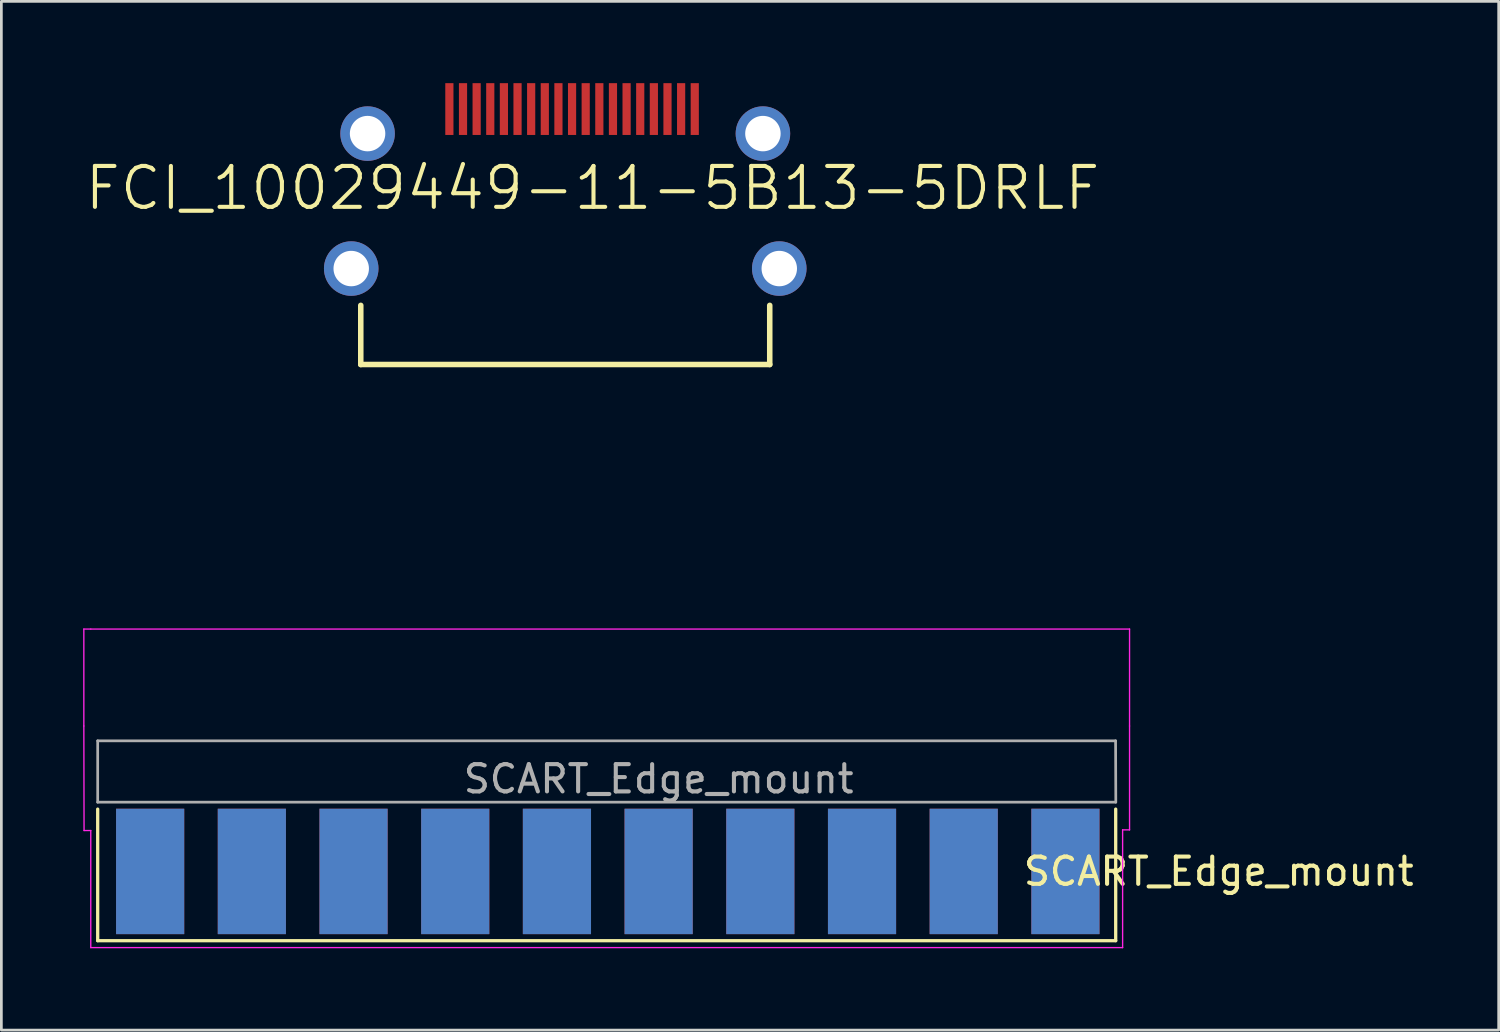
<source format=kicad_pcb>
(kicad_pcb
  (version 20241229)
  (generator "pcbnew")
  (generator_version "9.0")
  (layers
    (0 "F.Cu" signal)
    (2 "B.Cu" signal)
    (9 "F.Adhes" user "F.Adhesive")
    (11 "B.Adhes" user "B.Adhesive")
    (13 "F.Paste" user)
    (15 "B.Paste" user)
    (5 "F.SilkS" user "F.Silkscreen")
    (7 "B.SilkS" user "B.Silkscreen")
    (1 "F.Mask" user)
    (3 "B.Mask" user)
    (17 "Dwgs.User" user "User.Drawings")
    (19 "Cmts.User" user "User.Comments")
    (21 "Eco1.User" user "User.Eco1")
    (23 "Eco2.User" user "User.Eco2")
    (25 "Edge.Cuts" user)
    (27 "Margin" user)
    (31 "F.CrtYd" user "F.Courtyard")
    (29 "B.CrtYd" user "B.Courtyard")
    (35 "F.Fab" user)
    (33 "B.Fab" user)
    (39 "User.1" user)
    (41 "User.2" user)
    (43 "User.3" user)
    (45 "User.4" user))
  (footprint "FCI_10029449-11-5B13-5DRLF"
    (layer "F.Cu")
    (at 17.682 1.85)
    (property "Reference" "FCI_10029449-11-5B13-5DRLF" (at 1 2 0) (layer "F.SilkS") (effects (font (size 1.5 1.5) (thickness 0.15))))
    (attr through_hole)
    (fp_line (start -7.5 8.47) (end -7.5 6.3) (stroke (width 0.203) (type solid)) (layer "F.SilkS"))
    (fp_line (start 7.5 8.47) (end -7.5 8.47) (stroke (width 0.203) (type solid)) (layer "F.SilkS"))
    (fp_line (start 7.5 8.47) (end 7.5 6.3) (stroke (width 0.203) (type solid)) (layer "F.SilkS"))
    (pad "1" smd rect (at 4.75 -0.9) (size 0.3 1.9) (layers "F.Cu" "F.Mask" "F.Paste"))
    (pad "2" smd rect (at 4.25 -0.9) (size 0.3 1.9) (layers "F.Cu" "F.Mask" "F.Paste"))
    (pad "3" smd rect (at 3.75 -0.9) (size 0.3 1.9) (layers "F.Cu" "F.Mask" "F.Paste"))
    (pad "4" smd rect (at 3.25 -0.9) (size 0.3 1.9) (layers "F.Cu" "F.Mask" "F.Paste"))
    (pad "5" smd rect (at 2.75 -0.9) (size 0.3 1.9) (layers "F.Cu" "F.Mask" "F.Paste"))
    (pad "6" smd rect (at 2.25 -0.9) (size 0.3 1.9) (layers "F.Cu" "F.Mask" "F.Paste"))
    (pad "7" smd rect (at 1.75 -0.9) (size 0.3 1.9) (layers "F.Cu" "F.Mask" "F.Paste"))
    (pad "8" smd rect (at 1.25 -0.9) (size 0.3 1.9) (layers "F.Cu" "F.Mask" "F.Paste"))
    (pad "9" smd rect (at 0.75 -0.9) (size 0.3 1.9) (layers "F.Cu" "F.Mask" "F.Paste"))
    (pad "10" smd rect (at 0.25 -0.9) (size 0.3 1.9) (layers "F.Cu" "F.Mask" "F.Paste"))
    (pad "11" smd rect (at -0.25 -0.9) (size 0.3 1.9) (layers "F.Cu" "F.Mask" "F.Paste"))
    (pad "12" smd rect (at -0.75 -0.9) (size 0.3 1.9) (layers "F.Cu" "F.Mask" "F.Paste"))
    (pad "13" smd rect (at -1.25 -0.9) (size 0.3 1.9) (layers "F.Cu" "F.Mask" "F.Paste"))
    (pad "14" smd rect (at -1.75 -0.9) (size 0.3 1.9) (layers "F.Cu" "F.Mask" "F.Paste"))
    (pad "15" smd rect (at -2.25 -0.9) (size 0.3 1.9) (layers "F.Cu" "F.Mask" "F.Paste"))
    (pad "16" smd rect (at -2.75 -0.9) (size 0.3 1.9) (layers "F.Cu" "F.Mask" "F.Paste"))
    (pad "17" smd rect (at -3.25 -0.9) (size 0.3 1.9) (layers "F.Cu" "F.Mask" "F.Paste"))
    (pad "18" smd rect (at -3.75 -0.9) (size 0.3 1.9) (layers "F.Cu" "F.Mask" "F.Paste"))
    (pad "19" smd rect (at -4.25 -0.9) (size 0.3 1.9) (layers "F.Cu" "F.Mask" "F.Paste"))
    (pad "SH" thru_hole circle (at -7.85 4.95) (size 2 2) (drill 1.3) (layers "*.Cu" "*.Mask"))
    (pad "SH" thru_hole circle (at -7.25 0) (size 2 2) (drill 1.3) (layers "*.Cu" "*.Mask"))
    (pad "SH" thru_hole circle (at 7.25 0) (size 2 2) (drill 1.3) (layers "*.Cu" "*.Mask"))
    (pad "SH" thru_hole circle (at 7.85 4.95) (size 2 2) (drill 1.3) (layers "*.Cu" "*.Mask")))
  (footprint "SCART_Edge_mount"
    (layer "F.Cu")
    (at 21.107 13.672)
    (property "Reference" "SCART_Edge_mount" (at 20.543 15.24 180) (layer "F.SilkS") (effects (font (size 1 1) (thickness 0.15))))
    (attr smd)
    (fp_line (start -20.574 12.954) (end -20.574 17.78) (stroke (width 0.12) (type solid)) (layer "F.SilkS"))
    (fp_line (start -20.574 17.78) (end 16.764 17.78) (stroke (width 0.12) (type solid)) (layer "F.SilkS"))
    (fp_line (start 16.764 17.78) (end 16.764 12.954) (stroke (width 0.12) (type solid)) (layer "F.SilkS"))
    (fp_line (start -21.082 9.906) (end -21.082 6.35) (stroke (width 0.05) (type solid)) (layer "F.CrtYd"))
    (fp_line (start -21.074 13.74) (end -21.082 9.906) (stroke (width 0.05) (type solid)) (layer "F.CrtYd"))
    (fp_line (start -20.828 6.35) (end -21.082 6.35) (stroke (width 0.05) (type solid)) (layer "F.CrtYd"))
    (fp_line (start -20.828 13.74) (end -21.074 13.74) (stroke (width 0.05) (type solid)) (layer "F.CrtYd"))
    (fp_line (start -20.828 18.034) (end -20.828 13.74) (stroke (width 0.05) (type solid)) (layer "F.CrtYd"))
    (fp_line (start 17.018 13.716) (end 17.018 18.034) (stroke (width 0.05) (type solid)) (layer "F.CrtYd"))
    (fp_line (start 17.018 18.034) (end -20.828 18.034) (stroke (width 0.05) (type solid)) (layer "F.CrtYd"))
    (fp_line (start 17.272 6.35) (end -20.828 6.35) (stroke (width 0.05) (type solid)) (layer "F.CrtYd"))
    (fp_line (start 17.272 9.906) (end 17.272 6.35) (stroke (width 0.05) (type solid)) (layer "F.CrtYd"))
    (fp_line (start 17.272 9.906) (end 17.272 13.716) (stroke (width 0.05) (type solid)) (layer "F.CrtYd"))
    (fp_line (start 17.272 13.716) (end 17.018 13.716) (stroke (width 0.05) (type solid)) (layer "F.CrtYd"))
    (fp_line (start -20.574 10.45) (end -20.574 12.7) (stroke (width 0.1) (type solid)) (layer "F.Fab"))
    (fp_line (start -20.574 12.7) (end 16.764 12.7) (stroke (width 0.1) (type solid)) (layer "F.Fab"))
    (fp_line (start 16.76 10.45) (end -20.574 10.45) (stroke (width 0.1) (type solid)) (layer "F.Fab"))
    (fp_line (start 16.768 12.7) (end 16.76 10.45) (stroke (width 0.1) (type solid)) (layer "F.Fab"))
    (fp_text user "${REFERENCE}" (at 0 11.85 180) (layer "F.Fab") (effects (font (size 1 1) (thickness 0.15))))
    (pad "1" smd rect (at 14.92 15.24 180) (size 2.5 4.6) (layers "B.Cu" "B.Mask"))
    (pad "2" smd rect (at 14.92 15.24 180) (size 2.5 4.6) (layers "F.Cu" "F.Mask"))
    (pad "3" smd rect (at 11.19 15.24 180) (size 2.5 4.6) (layers "B.Cu" "B.Mask"))
    (pad "4" smd rect (at 11.19 15.24 180) (size 2.5 4.6) (layers "F.Cu" "F.Mask"))
    (pad "5" smd rect (at 7.46 15.24 180) (size 2.5 4.6) (layers "B.Cu" "B.Mask"))
    (pad "6" smd rect (at 7.46 15.24 180) (size 2.5 4.6) (layers "F.Cu" "F.Mask"))
    (pad "7" smd rect (at 3.73 15.24 180) (size 2.5 4.6) (layers "B.Cu" "B.Mask"))
    (pad "8" smd rect (at 3.73 15.24 180) (size 2.5 4.6) (layers "F.Cu" "F.Mask"))
    (pad "9" smd rect (at 0 15.24 180) (size 2.5 4.6) (layers "B.Cu" "B.Mask"))
    (pad "10" smd rect (at 0 15.24 180) (size 2.5 4.6) (layers "F.Cu" "F.Mask"))
    (pad "11" smd rect (at -3.73 15.24 180) (size 2.5 4.6) (layers "B.Cu" "B.Mask"))
    (pad "12" smd rect (at -3.73 15.24 180) (size 2.5 4.6) (layers "F.Cu" "F.Mask"))
    (pad "13" smd rect (at -7.46 15.24 180) (size 2.5 4.6) (layers "B.Cu" "B.Mask"))
    (pad "14" smd rect (at -7.46 15.24 180) (size 2.5 4.6) (layers "F.Cu" "F.Mask"))
    (pad "15" smd rect (at -11.19 15.24 180) (size 2.5 4.6) (layers "B.Cu" "B.Mask"))
    (pad "16" smd rect (at -11.19 15.24 180) (size 2.5 4.6) (layers "F.Cu" "F.Mask"))
    (pad "17" smd rect (at -14.92 15.24 180) (size 2.5 4.6) (layers "B.Cu" "B.Mask"))
    (pad "18" smd rect (at -14.92 15.24 180) (size 2.5 4.6) (layers "F.Cu" "F.Mask"))
    (pad "19" smd rect (at -18.65 15.24 180) (size 2.5 4.6) (layers "B.Cu" "B.Mask"))
    (pad "20" smd rect (at -18.65 15.24 180) (size 2.5 4.6) (layers "F.Cu" "F.Mask")))
  (gr_rect
    (start -3 -3)
    (end 51.918 34.731)
    (stroke (width 0.1) (type default))
    (fill no)
    (layer "Edge.Cuts")))
</source>
